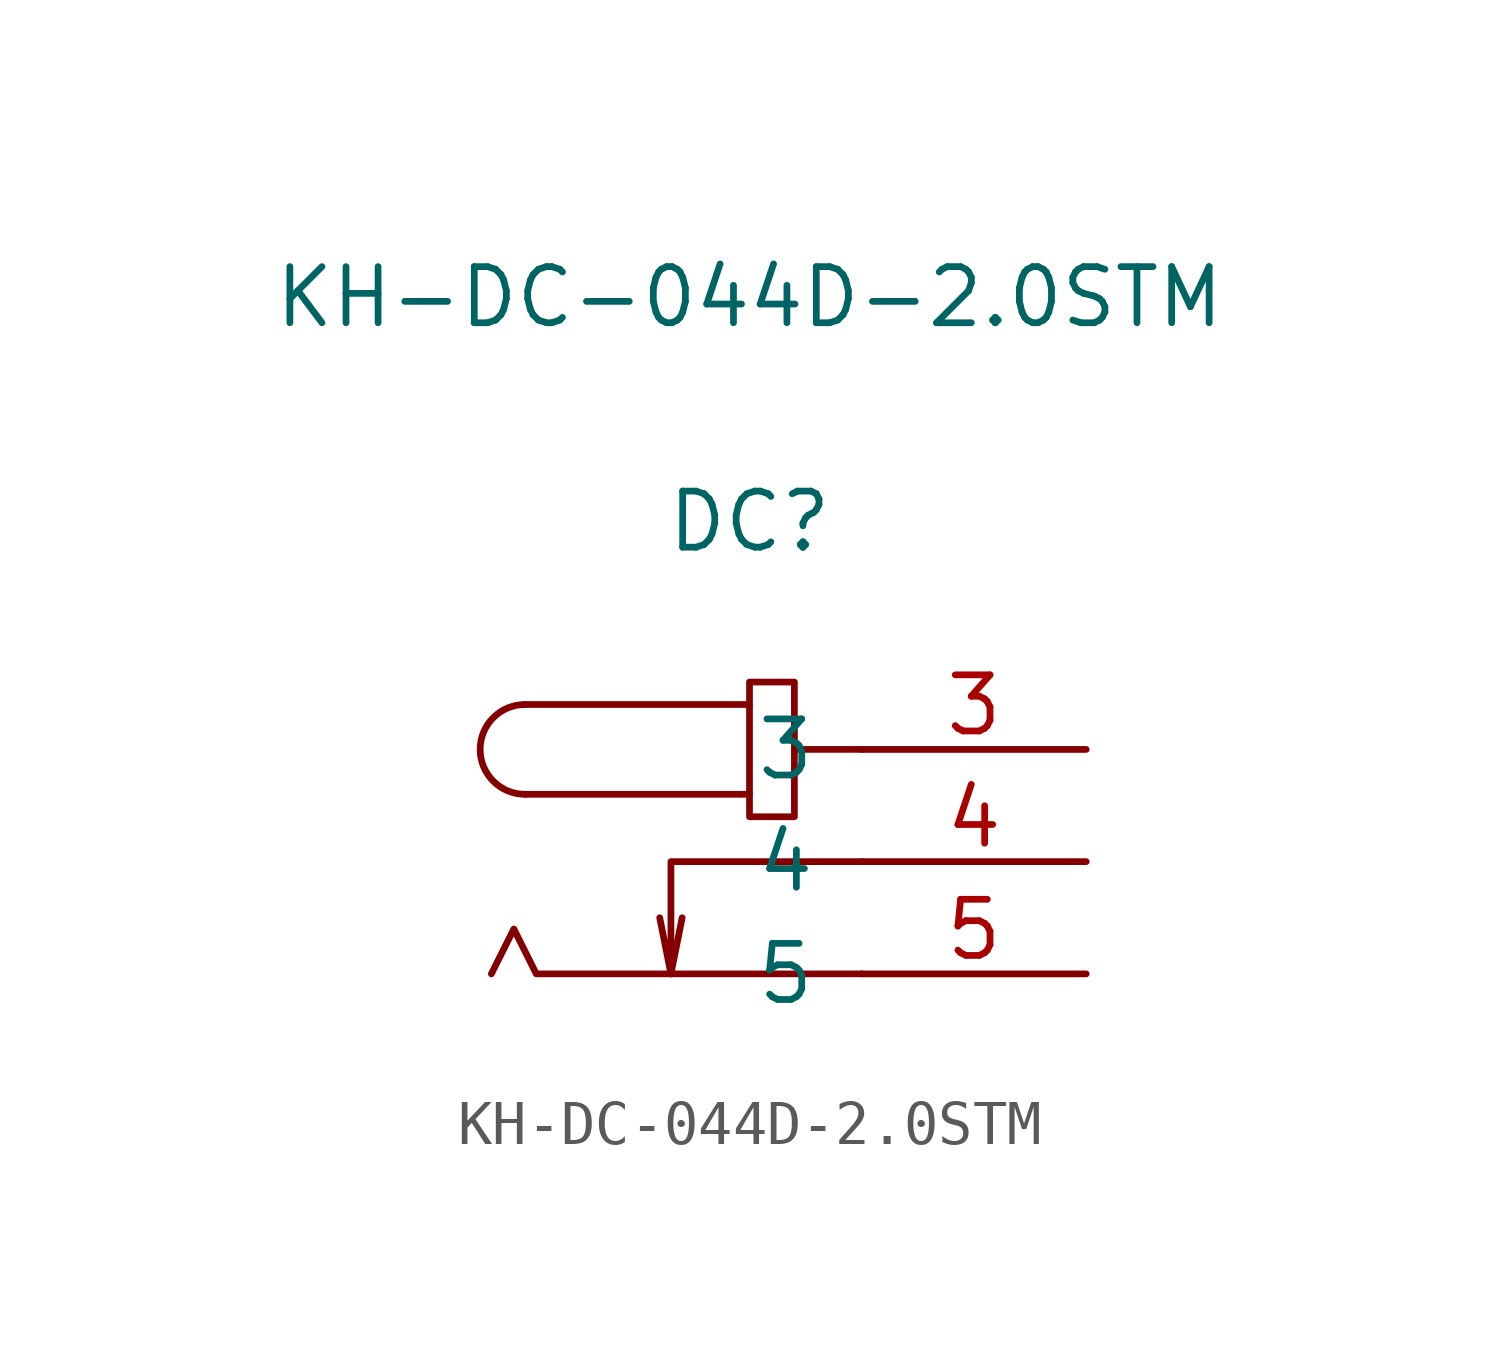
<source format=kicad_sym>
(kicad_symbol_lib
  (version 20211014)
  (generator kicad_symbol_editor)
  (symbol "KH-DC-044D-2.0STM"
    (pin_names
      (offset 1.016))
    (property "Reference" "DC"
      (at 0 7.696 0)
      (effects (font (size 1.27 1.27))))
    (property "Value" "KH-DC-044D-2.0STM"
      (at 0 12.776 0)
      (effects (font (size 1.27 1.27))))
    (symbol "KH-DC-044D-2.0STM_1_1"
      (arc (start -5.08 3.556) (mid -6.096 2.54) (end -5.08 1.524) (stroke (width 0.1524) (type default) (color 0 0 0 0)) (fill (type none)))
      (polyline (pts (xy -1.778 -2.54) (xy -1.524 -1.27)) (stroke (width 0.152) (type default) (color 0 0 0 0)) (fill (type none)))
      (polyline (pts (xy 0 1.524) (xy -5.08 1.524)) (stroke (width 0.152) (type default) (color 0 0 0 0)) (fill (type none)))
      (polyline (pts (xy 0 3.556) (xy -5.08 3.556)) (stroke (width 0.152) (type default) (color 0 0 0 0)) (fill (type none)))
      (polyline (pts (xy 2.54 2.54) (xy 1.016 2.54)) (stroke (width 0.152) (type default) (color 0 0 0 0)) (fill (type none)))
      (polyline (pts (xy 2.54 -2.54) (xy -4.826 -2.54) (xy -5.334 -1.524) (xy -5.842 -2.54)) (stroke (width 0.152) (type default) (color 0 0 0 0)) (fill (type none)))
      (polyline (pts (xy 2.54 0) (xy -1.778 0) (xy -1.778 -2.54) (xy -2.032 -1.27)) (stroke (width 0.152) (type default) (color 0 0 0 0)) (fill (type none)))
      (rectangle (start 0 4.064) (end 1.016 1.016) (stroke (width 0.152) (type default) (color 0 0 0 0)) (fill (type none)))
      (pin input line (at 7.62 2.54 180) (length 5.08) (name "3" (effects (font (size 1.27 1.27)))) (number "3" (effects (font (size 1.27 1.27)))))
      (pin input line (at 7.62 0 180) (length 5.08) (name "4" (effects (font (size 1.27 1.27)))) (number "4" (effects (font (size 1.27 1.27)))))
      (pin input line (at 7.62 -2.54 180) (length 5.08) (name "5" (effects (font (size 1.27 1.27)))) (number "5" (effects (font (size 1.27 1.27))))))))
</source>
